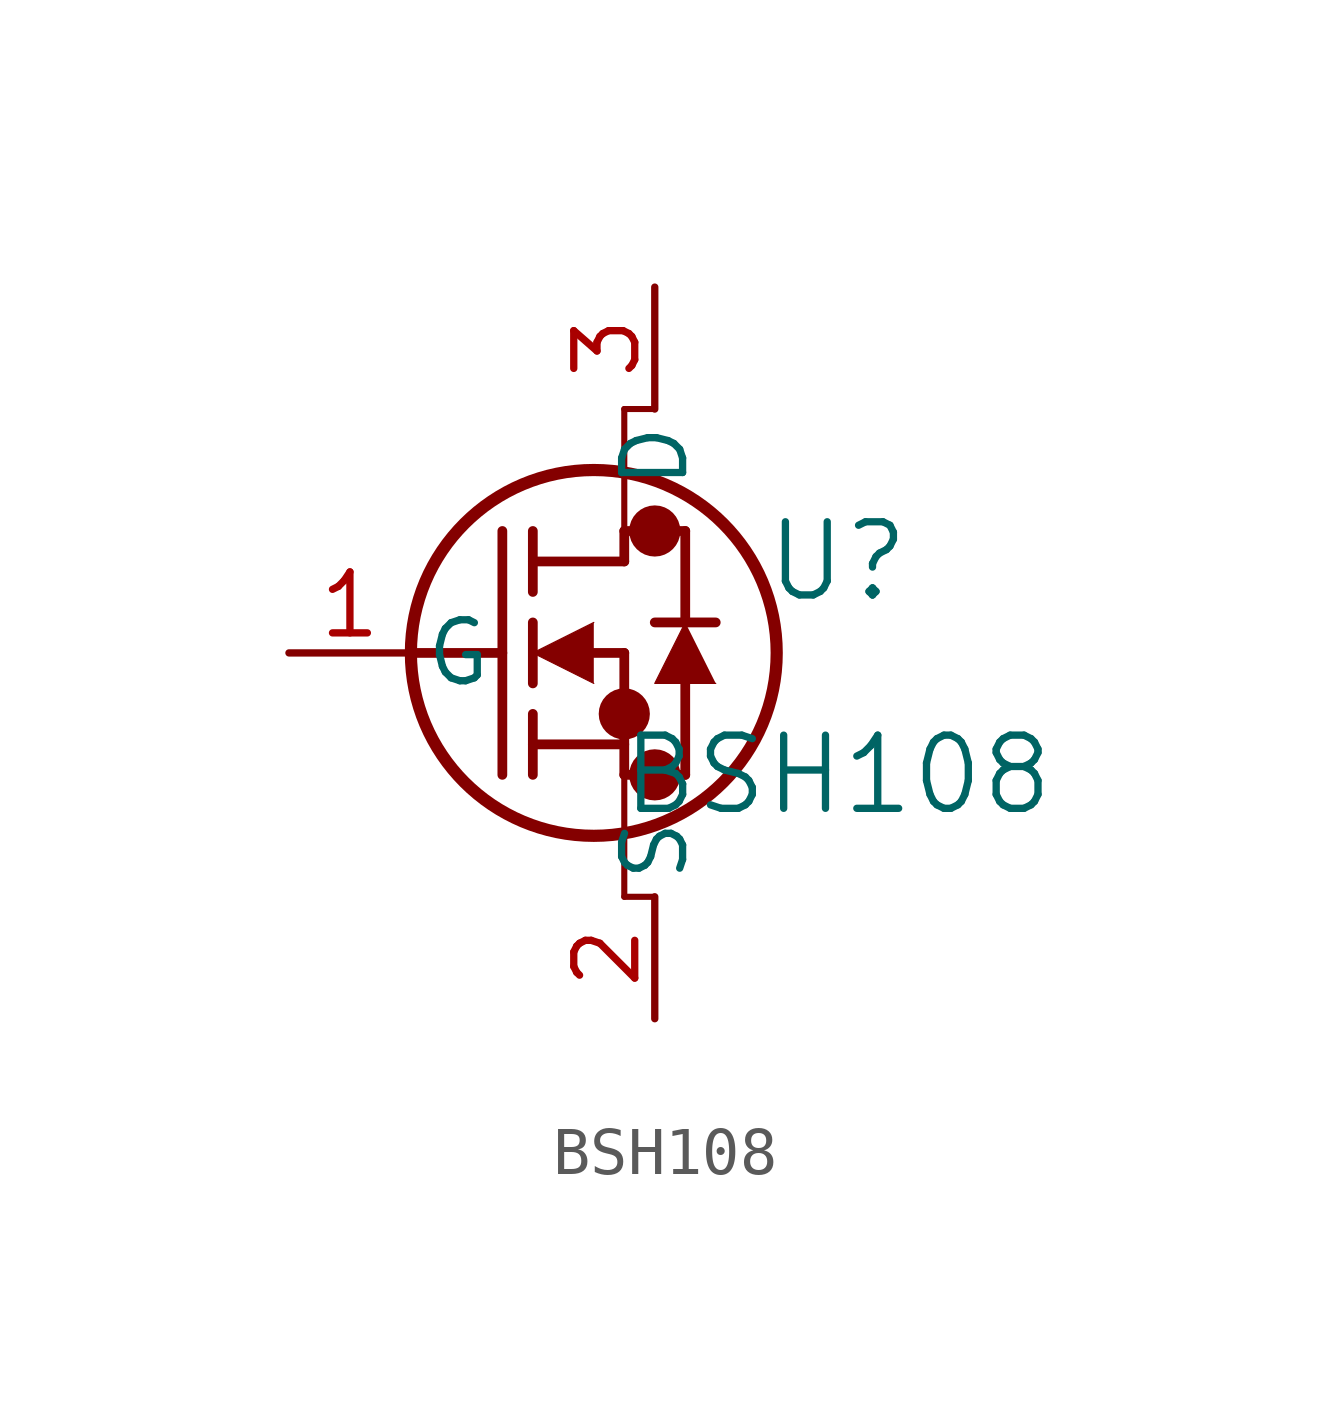
<source format=kicad_sym>
(kicad_symbol_lib
  (version 20211014)
  (generator kicad_symbol_editor)
  (symbol "BSH108"
    (pin_names
      (offset 0.254))
    (property "Reference" "U"
      (at 11.43 1.905 0)
      (effects (font (size 1.524 1.524))))
    (property "Value" "BSH108"
      (at 11.43 -2.54 0)
      (effects (font (size 1.524 1.524))))
    (symbol "BSH108_0_1"
      (circle (center 7.62 2.54) (radius 0.025) (stroke (width 0.508) (type default) (color 0 0 0 0)) (fill (type none)))
      (circle (center 7.62 -2.54) (radius 0.025) (stroke (width 0.508) (type default) (color 0 0 0 0)) (fill (type none)))
      (circle (center 6.985 -1.27) (radius 0.025) (stroke (width 0.508) (type default) (color 0 0 0 0)) (fill (type none)))
      (circle (center 6.35 0) (radius 3.81) (stroke (width 0.254) (type default) (color 0 0 0 0)) (fill (type none)))
      (polyline (pts (xy 2.54 0) (xy 4.445 0)) (stroke (width 0.203) (type default) (color 0 0 0 0)) (fill (type none)))
      (polyline (pts (xy 4.445 -2.54) (xy 4.445 2.54)) (stroke (width 0.203) (type default) (color 0 0 0 0)) (fill (type none)))
      (polyline (pts (xy 5.08 -0.635) (xy 5.08 0.635)) (stroke (width 0.203) (type default) (color 0 0 0 0)) (fill (type none)))
      (polyline (pts (xy 5.08 -2.54) (xy 5.08 -1.27)) (stroke (width 0.203) (type default) (color 0 0 0 0)) (fill (type none)))
      (polyline (pts (xy 5.08 1.27) (xy 5.08 2.54)) (stroke (width 0.203) (type default) (color 0 0 0 0)) (fill (type none)))
      (polyline (pts (xy 6.35 0) (xy 6.985 0)) (stroke (width 0.203) (type default) (color 0 0 0 0)) (fill (type none)))
      (polyline (pts (xy 5.08 -1.905) (xy 6.985 -1.905)) (stroke (width 0.203) (type default) (color 0 0 0 0)) (fill (type none)))
      (polyline (pts (xy 6.985 -2.54) (xy 6.985 0)) (stroke (width 0.203) (type default) (color 0 0 0 0)) (fill (type none)))
      (polyline (pts (xy 6.985 -2.54) (xy 8.255 -2.54)) (stroke (width 0.203) (type default) (color 0 0 0 0)) (fill (type none)))
      (polyline (pts (xy 5.08 1.905) (xy 6.985 1.905)) (stroke (width 0.203) (type default) (color 0 0 0 0)) (fill (type none)))
      (polyline (pts (xy 8.255 0.635) (xy 8.255 2.54)) (stroke (width 0.203) (type default) (color 0 0 0 0)) (fill (type none)))
      (polyline (pts (xy 6.35 0.635) (xy 5.08 0) (xy 6.35 -0.635)) (stroke (width 0.025) (type default) (color 0 0 0 0)) (fill (type outline)))
      (polyline (pts (xy 8.89 -0.635) (xy 7.62 -0.635) (xy 8.255 0.635)) (stroke (width 0.025) (type default) (color 0 0 0 0)) (fill (type outline)))
      (polyline (pts (xy 8.255 -2.54) (xy 8.255 -0.635)) (stroke (width 0.203) (type default) (color 0 0 0 0)) (fill (type none)))
      (polyline (pts (xy 8.89 0.635) (xy 7.62 0.635)) (stroke (width 0.203) (type default) (color 0 0 0 0)) (fill (type none)))
      (polyline (pts (xy 6.985 2.54) (xy 8.255 2.54)) (stroke (width 0.203) (type default) (color 0 0 0 0)) (fill (type none)))
      (polyline (pts (xy 6.985 1.905) (xy 6.985 2.54)) (stroke (width 0.203) (type default) (color 0 0 0 0)) (fill (type none)))
      (polyline (pts (xy 7.62 -5.08) (xy 6.985 -5.08)) (stroke (width 0.127) (type default) (color 0 0 0 0)) (fill (type none)))
      (polyline (pts (xy 6.985 -5.08) (xy 6.985 -2.54)) (stroke (width 0.127) (type default) (color 0 0 0 0)) (fill (type none)))
      (polyline (pts (xy 7.62 5.08) (xy 6.985 5.08)) (stroke (width 0.127) (type default) (color 0 0 0 0)) (fill (type none)))
      (polyline (pts (xy 6.985 5.08) (xy 6.985 2.54)) (stroke (width 0.127) (type default) (color 0 0 0 0)) (fill (type none)))
      (pin unspecified line (at 0 0 0) (length 2.54) (name "G" (effects (font (size 1.27 1.27)))) (number "1" (effects (font (size 1.27 1.27)))))
      (pin unspecified line (at 7.62 -7.62 90) (length 2.54) (name "S" (effects (font (size 1.27 1.27)))) (number "2" (effects (font (size 1.27 1.27)))))
      (pin unspecified line (at 7.62 7.62 270) (length 2.54) (name "D" (effects (font (size 1.27 1.27)))) (number "3" (effects (font (size 1.27 1.27))))))))
</source>
